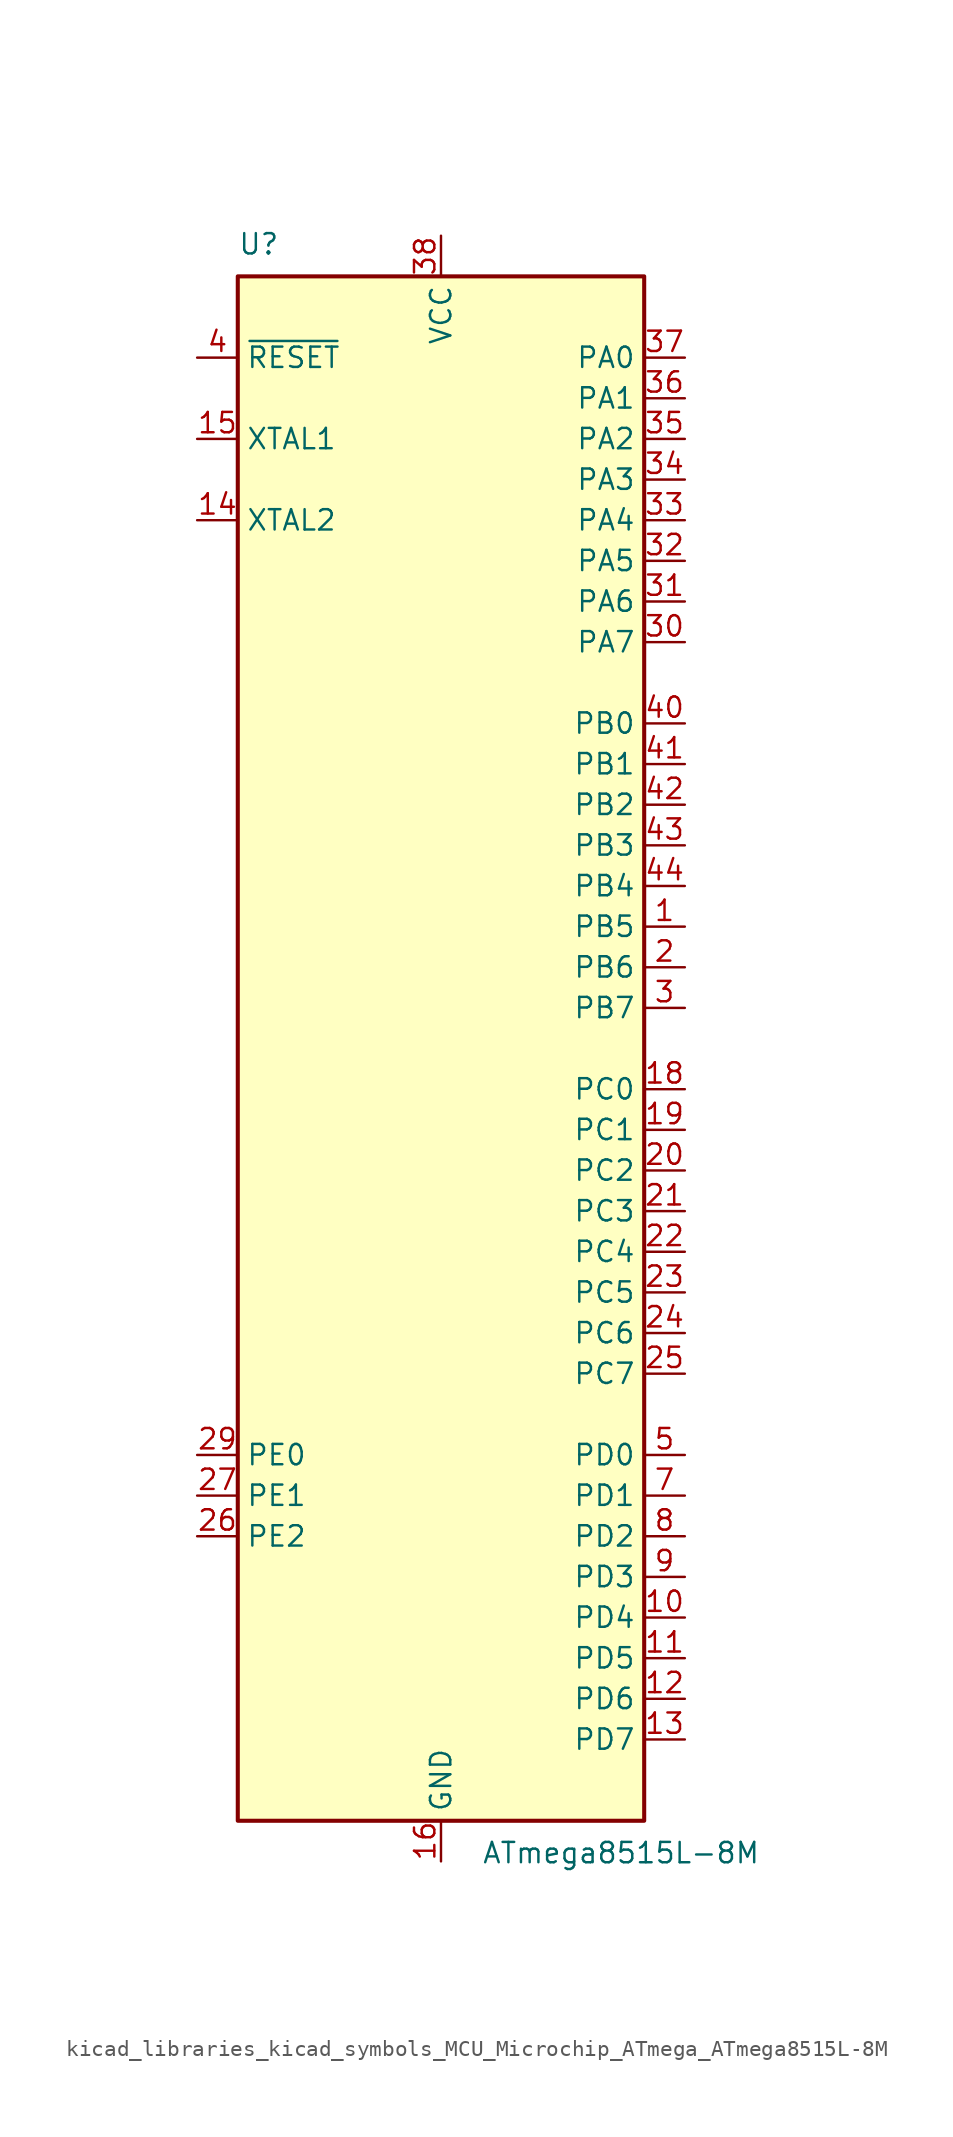
<source format=kicad_sym>
(kicad_symbol_lib
  (version 20220914)
  (generator kicad_symbol_editor)
  (symbol "kicad_libraries_kicad_symbols_MCU_Microchip_ATmega_ATmega8515L-8M"
    (property "Reference" "U"
      (at -12.7 49.53 0)
      (effects (font (size 1.27 1.27)) (justify left bottom)))
    (property "Value" "ATmega8515L-8M"
      (at 2.54 -49.53 0)
      (effects (font (size 1.27 1.27)) (justify left top)))
    (symbol "kicad_libraries_kicad_symbols_MCU_Microchip_ATmega_ATmega8515L-8M_0_1"
      (rectangle (start -12.7 -48.26) (end 12.7 48.26) (stroke (width 0.254) (type default)) (fill (type background))))
    (symbol "kicad_libraries_kicad_symbols_MCU_Microchip_ATmega_ATmega8515L-8M_1_1"
      (pin bidirectional line (at 15.24 7.62 180) (length 2.54) (name "PB5" (effects (font (size 1.27 1.27)))) (number "1" (effects (font (size 1.27 1.27)))))
      (pin bidirectional line (at 15.24 -35.56 180) (length 2.54) (name "PD4" (effects (font (size 1.27 1.27)))) (number "10" (effects (font (size 1.27 1.27)))))
      (pin bidirectional line (at 15.24 -38.1 180) (length 2.54) (name "PD5" (effects (font (size 1.27 1.27)))) (number "11" (effects (font (size 1.27 1.27)))))
      (pin bidirectional line (at 15.24 -40.64 180) (length 2.54) (name "PD6" (effects (font (size 1.27 1.27)))) (number "12" (effects (font (size 1.27 1.27)))))
      (pin bidirectional line (at 15.24 -43.18 180) (length 2.54) (name "PD7" (effects (font (size 1.27 1.27)))) (number "13" (effects (font (size 1.27 1.27)))))
      (pin output line (at -15.24 33.02 0) (length 2.54) (name "XTAL2" (effects (font (size 1.27 1.27)))) (number "14" (effects (font (size 1.27 1.27)))))
      (pin input line (at -15.24 38.1 0) (length 2.54) (name "XTAL1" (effects (font (size 1.27 1.27)))) (number "15" (effects (font (size 1.27 1.27)))))
      (pin power_in line (at 0 -50.8 90) (length 2.54) (name "GND" (effects (font (size 1.27 1.27)))) (number "16" (effects (font (size 1.27 1.27)))))
      (pin no_connect line (at -12.7 -40.64 0) (length 2.54) hide (name "NC" (effects (font (size 1.27 1.27)))) (number "17" (effects (font (size 1.27 1.27)))))
      (pin bidirectional line (at 15.24 -2.54 180) (length 2.54) (name "PC0" (effects (font (size 1.27 1.27)))) (number "18" (effects (font (size 1.27 1.27)))))
      (pin bidirectional line (at 15.24 -5.08 180) (length 2.54) (name "PC1" (effects (font (size 1.27 1.27)))) (number "19" (effects (font (size 1.27 1.27)))))
      (pin bidirectional line (at 15.24 5.08 180) (length 2.54) (name "PB6" (effects (font (size 1.27 1.27)))) (number "2" (effects (font (size 1.27 1.27)))))
      (pin bidirectional line (at 15.24 -7.62 180) (length 2.54) (name "PC2" (effects (font (size 1.27 1.27)))) (number "20" (effects (font (size 1.27 1.27)))))
      (pin bidirectional line (at 15.24 -10.16 180) (length 2.54) (name "PC3" (effects (font (size 1.27 1.27)))) (number "21" (effects (font (size 1.27 1.27)))))
      (pin bidirectional line (at 15.24 -12.7 180) (length 2.54) (name "PC4" (effects (font (size 1.27 1.27)))) (number "22" (effects (font (size 1.27 1.27)))))
      (pin bidirectional line (at 15.24 -15.24 180) (length 2.54) (name "PC5" (effects (font (size 1.27 1.27)))) (number "23" (effects (font (size 1.27 1.27)))))
      (pin bidirectional line (at 15.24 -17.78 180) (length 2.54) (name "PC6" (effects (font (size 1.27 1.27)))) (number "24" (effects (font (size 1.27 1.27)))))
      (pin bidirectional line (at 15.24 -20.32 180) (length 2.54) (name "PC7" (effects (font (size 1.27 1.27)))) (number "25" (effects (font (size 1.27 1.27)))))
      (pin bidirectional line (at -15.24 -30.48 0) (length 2.54) (name "PE2" (effects (font (size 1.27 1.27)))) (number "26" (effects (font (size 1.27 1.27)))))
      (pin bidirectional line (at -15.24 -27.94 0) (length 2.54) (name "PE1" (effects (font (size 1.27 1.27)))) (number "27" (effects (font (size 1.27 1.27)))))
      (pin no_connect line (at -12.7 -43.18 0) (length 2.54) hide (name "NC" (effects (font (size 1.27 1.27)))) (number "28" (effects (font (size 1.27 1.27)))))
      (pin bidirectional line (at -15.24 -25.4 0) (length 2.54) (name "PE0" (effects (font (size 1.27 1.27)))) (number "29" (effects (font (size 1.27 1.27)))))
      (pin bidirectional line (at 15.24 2.54 180) (length 2.54) (name "PB7" (effects (font (size 1.27 1.27)))) (number "3" (effects (font (size 1.27 1.27)))))
      (pin bidirectional line (at 15.24 25.4 180) (length 2.54) (name "PA7" (effects (font (size 1.27 1.27)))) (number "30" (effects (font (size 1.27 1.27)))))
      (pin bidirectional line (at 15.24 27.94 180) (length 2.54) (name "PA6" (effects (font (size 1.27 1.27)))) (number "31" (effects (font (size 1.27 1.27)))))
      (pin bidirectional line (at 15.24 30.48 180) (length 2.54) (name "PA5" (effects (font (size 1.27 1.27)))) (number "32" (effects (font (size 1.27 1.27)))))
      (pin bidirectional line (at 15.24 33.02 180) (length 2.54) (name "PA4" (effects (font (size 1.27 1.27)))) (number "33" (effects (font (size 1.27 1.27)))))
      (pin bidirectional line (at 15.24 35.56 180) (length 2.54) (name "PA3" (effects (font (size 1.27 1.27)))) (number "34" (effects (font (size 1.27 1.27)))))
      (pin bidirectional line (at 15.24 38.1 180) (length 2.54) (name "PA2" (effects (font (size 1.27 1.27)))) (number "35" (effects (font (size 1.27 1.27)))))
      (pin bidirectional line (at 15.24 40.64 180) (length 2.54) (name "PA1" (effects (font (size 1.27 1.27)))) (number "36" (effects (font (size 1.27 1.27)))))
      (pin bidirectional line (at 15.24 43.18 180) (length 2.54) (name "PA0" (effects (font (size 1.27 1.27)))) (number "37" (effects (font (size 1.27 1.27)))))
      (pin power_in line (at 0 50.8 270) (length 2.54) (name "VCC" (effects (font (size 1.27 1.27)))) (number "38" (effects (font (size 1.27 1.27)))))
      (pin no_connect line (at -12.7 -45.72 0) (length 2.54) hide (name "NC" (effects (font (size 1.27 1.27)))) (number "39" (effects (font (size 1.27 1.27)))))
      (pin input line (at -15.24 43.18 0) (length 2.54) (name "~{RESET}" (effects (font (size 1.27 1.27)))) (number "4" (effects (font (size 1.27 1.27)))))
      (pin bidirectional line (at 15.24 20.32 180) (length 2.54) (name "PB0" (effects (font (size 1.27 1.27)))) (number "40" (effects (font (size 1.27 1.27)))))
      (pin bidirectional line (at 15.24 17.78 180) (length 2.54) (name "PB1" (effects (font (size 1.27 1.27)))) (number "41" (effects (font (size 1.27 1.27)))))
      (pin bidirectional line (at 15.24 15.24 180) (length 2.54) (name "PB2" (effects (font (size 1.27 1.27)))) (number "42" (effects (font (size 1.27 1.27)))))
      (pin bidirectional line (at 15.24 12.7 180) (length 2.54) (name "PB3" (effects (font (size 1.27 1.27)))) (number "43" (effects (font (size 1.27 1.27)))))
      (pin bidirectional line (at 15.24 10.16 180) (length 2.54) (name "PB4" (effects (font (size 1.27 1.27)))) (number "44" (effects (font (size 1.27 1.27)))))
      (pin passive line (at 0 -50.8 90) (length 2.54) hide (name "GND" (effects (font (size 1.27 1.27)))) (number "45" (effects (font (size 1.27 1.27)))))
      (pin bidirectional line (at 15.24 -25.4 180) (length 2.54) (name "PD0" (effects (font (size 1.27 1.27)))) (number "5" (effects (font (size 1.27 1.27)))))
      (pin no_connect line (at -12.7 -38.1 0) (length 2.54) hide (name "NC" (effects (font (size 1.27 1.27)))) (number "6" (effects (font (size 1.27 1.27)))))
      (pin bidirectional line (at 15.24 -27.94 180) (length 2.54) (name "PD1" (effects (font (size 1.27 1.27)))) (number "7" (effects (font (size 1.27 1.27)))))
      (pin bidirectional line (at 15.24 -30.48 180) (length 2.54) (name "PD2" (effects (font (size 1.27 1.27)))) (number "8" (effects (font (size 1.27 1.27)))))
      (pin bidirectional line (at 15.24 -33.02 180) (length 2.54) (name "PD3" (effects (font (size 1.27 1.27)))) (number "9" (effects (font (size 1.27 1.27))))))))
</source>
